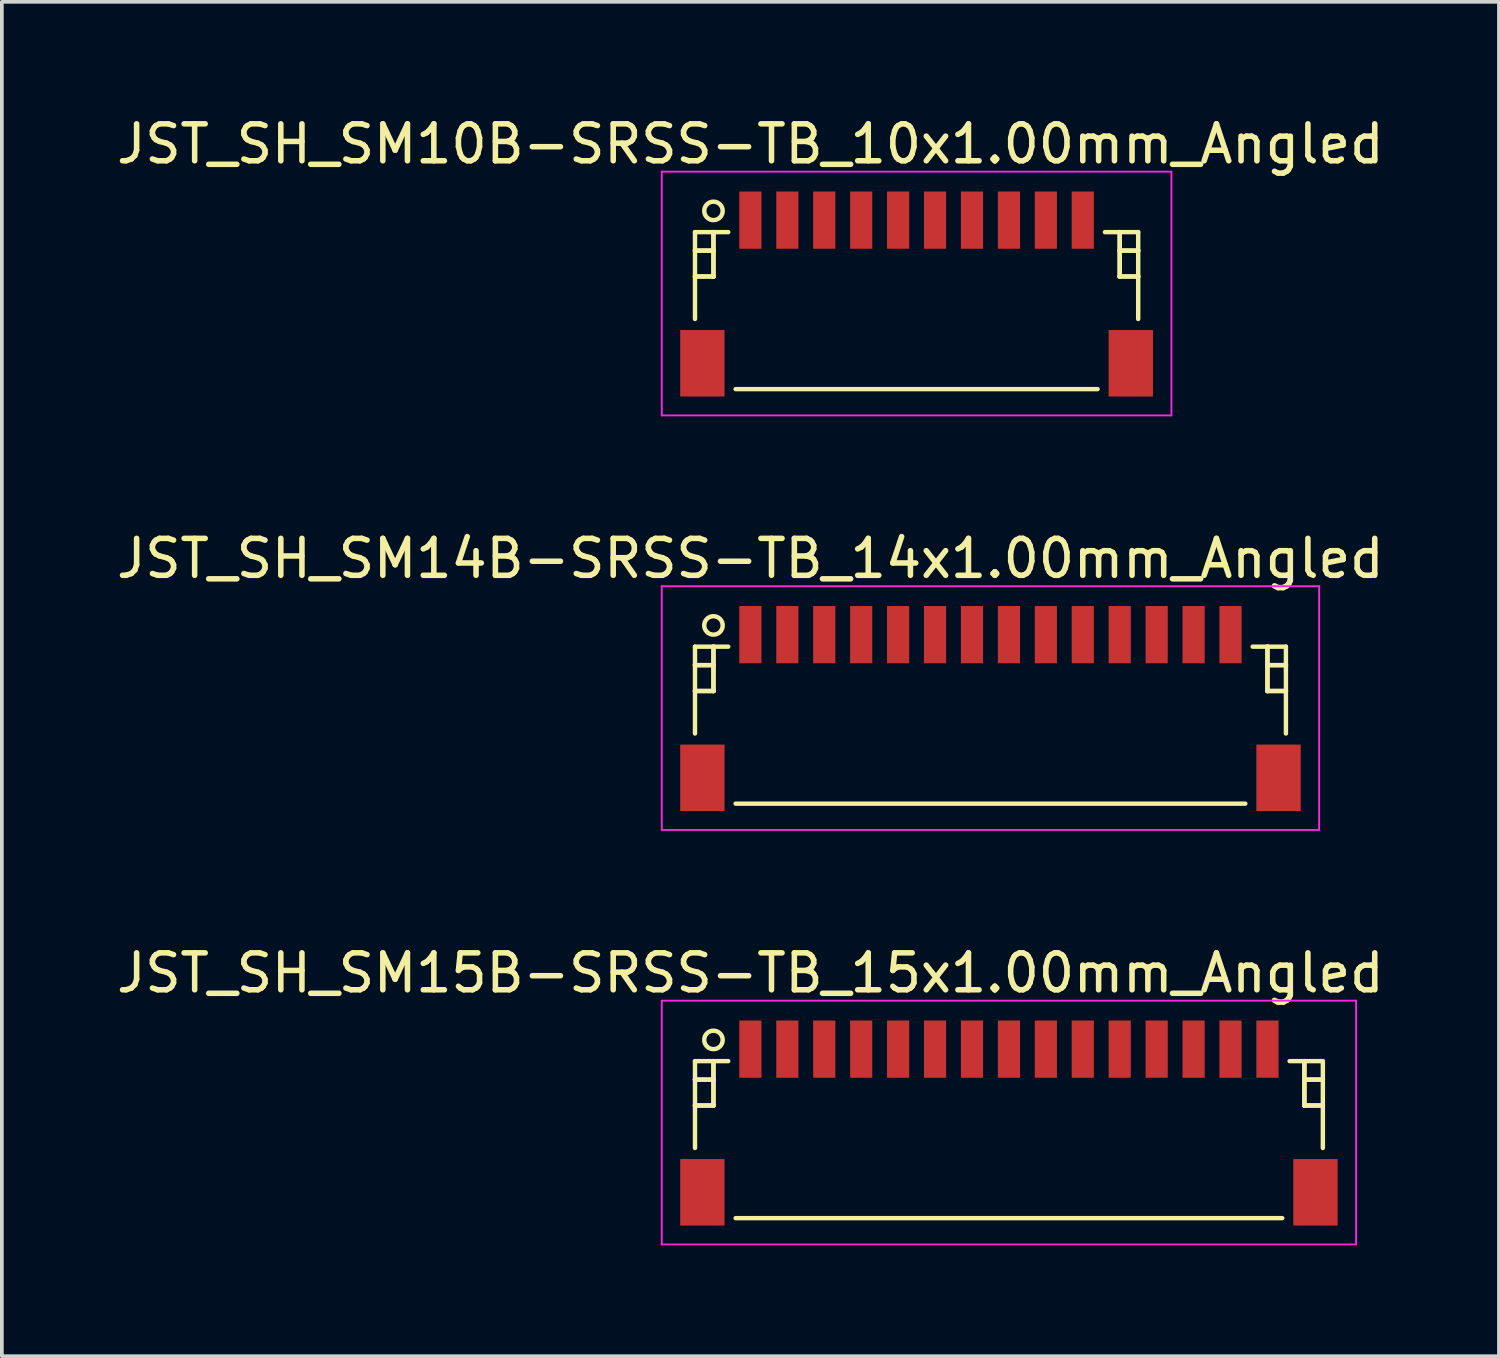
<source format=kicad_pcb>
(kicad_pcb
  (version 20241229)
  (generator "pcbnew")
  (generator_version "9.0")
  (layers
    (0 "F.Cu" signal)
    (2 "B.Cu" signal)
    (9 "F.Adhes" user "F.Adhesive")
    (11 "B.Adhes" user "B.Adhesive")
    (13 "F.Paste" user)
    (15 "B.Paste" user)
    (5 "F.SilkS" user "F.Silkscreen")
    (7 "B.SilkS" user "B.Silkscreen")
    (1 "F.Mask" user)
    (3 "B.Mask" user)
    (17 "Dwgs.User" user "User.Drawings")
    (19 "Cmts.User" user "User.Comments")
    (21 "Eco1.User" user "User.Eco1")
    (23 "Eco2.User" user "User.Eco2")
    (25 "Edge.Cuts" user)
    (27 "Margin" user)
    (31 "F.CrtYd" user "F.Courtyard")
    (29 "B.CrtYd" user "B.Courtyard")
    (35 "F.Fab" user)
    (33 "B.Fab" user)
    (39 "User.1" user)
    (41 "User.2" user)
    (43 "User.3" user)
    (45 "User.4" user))
  (footprint "JST_SH_SM10B-SRSS-TB_10x1.00mm_Angled"
    (layer "F.Cu")
    (at 21.768 4.848)
    (property "Reference" "JST_SH_SM10B-SRSS-TB_10x1.00mm_Angled" (at -4.5 -4 0) (layer "F.SilkS") (effects (font (size 1 1) (thickness 0.15))))
    (attr smd)
    (fp_line (start -6 -1.613) (end -5.1 -1.613) (stroke (width 0.12) (type solid)) (layer "F.SilkS"))
    (fp_line (start -6 -1.113) (end -6 -1.113) (stroke (width 0.12) (type solid)) (layer "F.SilkS"))
    (fp_line (start -6 -1.113) (end -5.5 -1.113) (stroke (width 0.12) (type solid)) (layer "F.SilkS"))
    (fp_line (start -6 -0.412) (end -6 -0.412) (stroke (width 0.12) (type solid)) (layer "F.SilkS"))
    (fp_line (start -6 -0.412) (end -5.5 -0.412) (stroke (width 0.12) (type solid)) (layer "F.SilkS"))
    (fp_line (start -6 0.738) (end -6 -1.613) (stroke (width 0.12) (type solid)) (layer "F.SilkS"))
    (fp_line (start -5.5 -1.613) (end -5.5 -1.613) (stroke (width 0.12) (type solid)) (layer "F.SilkS"))
    (fp_line (start -5.5 -1.613) (end -5.5 -0.412) (stroke (width 0.12) (type solid)) (layer "F.SilkS"))
    (fp_line (start -5.5 -1.113) (end -6 -1.113) (stroke (width 0.12) (type solid)) (layer "F.SilkS"))
    (fp_line (start -5.5 -1.113) (end -5.5 -1.113) (stroke (width 0.12) (type solid)) (layer "F.SilkS"))
    (fp_line (start -5.5 -0.412) (end -6 -0.412) (stroke (width 0.12) (type solid)) (layer "F.SilkS"))
    (fp_line (start -5.5 -0.412) (end -5.5 -1.613) (stroke (width 0.12) (type solid)) (layer "F.SilkS"))
    (fp_line (start -5.5 -0.412) (end -5.5 -0.412) (stroke (width 0.12) (type solid)) (layer "F.SilkS"))
    (fp_line (start -5.5 -0.412) (end -5.5 -0.412) (stroke (width 0.12) (type solid)) (layer "F.SilkS"))
    (fp_line (start -4.9 2.638) (end 4.9 2.638) (stroke (width 0.12) (type solid)) (layer "F.SilkS"))
    (fp_line (start 5.5 -1.613) (end 5.5 -1.613) (stroke (width 0.12) (type solid)) (layer "F.SilkS"))
    (fp_line (start 5.5 -1.613) (end 5.5 -0.412) (stroke (width 0.12) (type solid)) (layer "F.SilkS"))
    (fp_line (start 5.5 -1.113) (end 5.5 -1.113) (stroke (width 0.12) (type solid)) (layer "F.SilkS"))
    (fp_line (start 5.5 -1.113) (end 6 -1.113) (stroke (width 0.12) (type solid)) (layer "F.SilkS"))
    (fp_line (start 5.5 -0.412) (end 5.5 -1.613) (stroke (width 0.12) (type solid)) (layer "F.SilkS"))
    (fp_line (start 5.5 -0.412) (end 5.5 -0.412) (stroke (width 0.12) (type solid)) (layer "F.SilkS"))
    (fp_line (start 5.5 -0.412) (end 5.5 -0.412) (stroke (width 0.12) (type solid)) (layer "F.SilkS"))
    (fp_line (start 5.5 -0.412) (end 6 -0.412) (stroke (width 0.12) (type solid)) (layer "F.SilkS"))
    (fp_line (start 6 -1.613) (end 5.1 -1.613) (stroke (width 0.12) (type solid)) (layer "F.SilkS"))
    (fp_line (start 6 -1.113) (end 5.5 -1.113) (stroke (width 0.12) (type solid)) (layer "F.SilkS"))
    (fp_line (start 6 -1.113) (end 6 -1.113) (stroke (width 0.12) (type solid)) (layer "F.SilkS"))
    (fp_line (start 6 -0.412) (end 5.5 -0.412) (stroke (width 0.12) (type solid)) (layer "F.SilkS"))
    (fp_line (start 6 -0.412) (end 6 -0.412) (stroke (width 0.12) (type solid)) (layer "F.SilkS"))
    (fp_line (start 6 0.738) (end 6 -1.613) (stroke (width 0.12) (type solid)) (layer "F.SilkS"))
    (fp_circle (center -5.5 -2.188) (end -5.25 -2.188) (stroke (width 0.12) (type solid)) (fill no) (layer "F.SilkS"))
    (fp_line (start -6.9 -3.25) (end 6.9 -3.25) (stroke (width 0.05) (type solid)) (layer "F.CrtYd"))
    (fp_line (start -6.9 3.35) (end -6.9 -3.25) (stroke (width 0.05) (type solid)) (layer "F.CrtYd"))
    (fp_line (start 6.9 -3.25) (end 6.9 3.35) (stroke (width 0.05) (type solid)) (layer "F.CrtYd"))
    (fp_line (start 6.9 3.35) (end -6.9 3.35) (stroke (width 0.05) (type solid)) (layer "F.CrtYd"))
    (pad "" smd rect (at -5.8 1.938) (size 1.2 1.8) (layers "F.Cu" "F.Mask" "F.Paste"))
    (pad "" smd rect (at 5.8 1.938) (size 1.2 1.8) (layers "F.Cu" "F.Mask" "F.Paste"))
    (pad "1" smd rect (at -4.5 -1.938) (size 0.6 1.55) (layers "F.Cu" "F.Mask" "F.Paste"))
    (pad "2" smd rect (at -3.5 -1.938) (size 0.6 1.55) (layers "F.Cu" "F.Mask" "F.Paste"))
    (pad "3" smd rect (at -2.5 -1.938) (size 0.6 1.55) (layers "F.Cu" "F.Mask" "F.Paste"))
    (pad "4" smd rect (at -1.5 -1.938) (size 0.6 1.55) (layers "F.Cu" "F.Mask" "F.Paste"))
    (pad "5" smd rect (at -0.5 -1.938) (size 0.6 1.55) (layers "F.Cu" "F.Mask" "F.Paste"))
    (pad "6" smd rect (at 0.5 -1.938) (size 0.6 1.55) (layers "F.Cu" "F.Mask" "F.Paste"))
    (pad "7" smd rect (at 1.5 -1.938) (size 0.6 1.55) (layers "F.Cu" "F.Mask" "F.Paste"))
    (pad "8" smd rect (at 2.5 -1.938) (size 0.6 1.55) (layers "F.Cu" "F.Mask" "F.Paste"))
    (pad "9" smd rect (at 3.5 -1.938) (size 0.6 1.55) (layers "F.Cu" "F.Mask" "F.Paste"))
    (pad "10" smd rect (at 4.5 -1.938) (size 0.6 1.55) (layers "F.Cu" "F.Mask" "F.Paste")))
  (footprint "JST_SH_SM15B-SRSS-TB_15x1.00mm_Angled"
    (layer "F.Cu")
    (at 24.268 27.295)
    (property "Reference" "JST_SH_SM15B-SRSS-TB_15x1.00mm_Angled" (at -7 -4 0) (layer "F.SilkS") (effects (font (size 1 1) (thickness 0.15))))
    (attr smd)
    (fp_line (start -8.5 -1.613) (end -7.6 -1.613) (stroke (width 0.12) (type solid)) (layer "F.SilkS"))
    (fp_line (start -8.5 -1.113) (end -8.5 -1.113) (stroke (width 0.12) (type solid)) (layer "F.SilkS"))
    (fp_line (start -8.5 -1.113) (end -8 -1.113) (stroke (width 0.12) (type solid)) (layer "F.SilkS"))
    (fp_line (start -8.5 -0.412) (end -8.5 -0.412) (stroke (width 0.12) (type solid)) (layer "F.SilkS"))
    (fp_line (start -8.5 -0.412) (end -8 -0.412) (stroke (width 0.12) (type solid)) (layer "F.SilkS"))
    (fp_line (start -8.5 0.738) (end -8.5 -1.613) (stroke (width 0.12) (type solid)) (layer "F.SilkS"))
    (fp_line (start -8 -1.613) (end -8 -1.613) (stroke (width 0.12) (type solid)) (layer "F.SilkS"))
    (fp_line (start -8 -1.613) (end -8 -0.412) (stroke (width 0.12) (type solid)) (layer "F.SilkS"))
    (fp_line (start -8 -1.113) (end -8.5 -1.113) (stroke (width 0.12) (type solid)) (layer "F.SilkS"))
    (fp_line (start -8 -1.113) (end -8 -1.113) (stroke (width 0.12) (type solid)) (layer "F.SilkS"))
    (fp_line (start -8 -0.412) (end -8.5 -0.412) (stroke (width 0.12) (type solid)) (layer "F.SilkS"))
    (fp_line (start -8 -0.412) (end -8 -1.613) (stroke (width 0.12) (type solid)) (layer "F.SilkS"))
    (fp_line (start -8 -0.412) (end -8 -0.412) (stroke (width 0.12) (type solid)) (layer "F.SilkS"))
    (fp_line (start -8 -0.412) (end -8 -0.412) (stroke (width 0.12) (type solid)) (layer "F.SilkS"))
    (fp_line (start -7.4 2.638) (end 7.4 2.638) (stroke (width 0.12) (type solid)) (layer "F.SilkS"))
    (fp_line (start 8 -1.613) (end 8 -1.613) (stroke (width 0.12) (type solid)) (layer "F.SilkS"))
    (fp_line (start 8 -1.613) (end 8 -0.412) (stroke (width 0.12) (type solid)) (layer "F.SilkS"))
    (fp_line (start 8 -1.113) (end 8 -1.113) (stroke (width 0.12) (type solid)) (layer "F.SilkS"))
    (fp_line (start 8 -1.113) (end 8.5 -1.113) (stroke (width 0.12) (type solid)) (layer "F.SilkS"))
    (fp_line (start 8 -0.412) (end 8 -1.613) (stroke (width 0.12) (type solid)) (layer "F.SilkS"))
    (fp_line (start 8 -0.412) (end 8 -0.412) (stroke (width 0.12) (type solid)) (layer "F.SilkS"))
    (fp_line (start 8 -0.412) (end 8 -0.412) (stroke (width 0.12) (type solid)) (layer "F.SilkS"))
    (fp_line (start 8 -0.412) (end 8.5 -0.412) (stroke (width 0.12) (type solid)) (layer "F.SilkS"))
    (fp_line (start 8.5 -1.613) (end 7.6 -1.613) (stroke (width 0.12) (type solid)) (layer "F.SilkS"))
    (fp_line (start 8.5 -1.113) (end 8 -1.113) (stroke (width 0.12) (type solid)) (layer "F.SilkS"))
    (fp_line (start 8.5 -1.113) (end 8.5 -1.113) (stroke (width 0.12) (type solid)) (layer "F.SilkS"))
    (fp_line (start 8.5 -0.412) (end 8 -0.412) (stroke (width 0.12) (type solid)) (layer "F.SilkS"))
    (fp_line (start 8.5 -0.412) (end 8.5 -0.412) (stroke (width 0.12) (type solid)) (layer "F.SilkS"))
    (fp_line (start 8.5 0.738) (end 8.5 -1.613) (stroke (width 0.12) (type solid)) (layer "F.SilkS"))
    (fp_circle (center -8 -2.188) (end -7.75 -2.188) (stroke (width 0.12) (type solid)) (fill no) (layer "F.SilkS"))
    (fp_line (start -9.4 -3.25) (end 9.4 -3.25) (stroke (width 0.05) (type solid)) (layer "F.CrtYd"))
    (fp_line (start -9.4 3.35) (end -9.4 -3.25) (stroke (width 0.05) (type solid)) (layer "F.CrtYd"))
    (fp_line (start 9.4 -3.25) (end 9.4 3.35) (stroke (width 0.05) (type solid)) (layer "F.CrtYd"))
    (fp_line (start 9.4 3.35) (end -9.4 3.35) (stroke (width 0.05) (type solid)) (layer "F.CrtYd"))
    (pad "" smd rect (at -8.3 1.938) (size 1.2 1.8) (layers "F.Cu" "F.Mask" "F.Paste"))
    (pad "" smd rect (at 8.3 1.938) (size 1.2 1.8) (layers "F.Cu" "F.Mask" "F.Paste"))
    (pad "1" smd rect (at -7 -1.938) (size 0.6 1.55) (layers "F.Cu" "F.Mask" "F.Paste"))
    (pad "2" smd rect (at -6 -1.938) (size 0.6 1.55) (layers "F.Cu" "F.Mask" "F.Paste"))
    (pad "3" smd rect (at -5 -1.938) (size 0.6 1.55) (layers "F.Cu" "F.Mask" "F.Paste"))
    (pad "4" smd rect (at -4 -1.938) (size 0.6 1.55) (layers "F.Cu" "F.Mask" "F.Paste"))
    (pad "5" smd rect (at -3 -1.938) (size 0.6 1.55) (layers "F.Cu" "F.Mask" "F.Paste"))
    (pad "6" smd rect (at -2 -1.938) (size 0.6 1.55) (layers "F.Cu" "F.Mask" "F.Paste"))
    (pad "7" smd rect (at -1 -1.938) (size 0.6 1.55) (layers "F.Cu" "F.Mask" "F.Paste"))
    (pad "8" smd rect (at 0 -1.938) (size 0.6 1.55) (layers "F.Cu" "F.Mask" "F.Paste"))
    (pad "9" smd rect (at 1 -1.938) (size 0.6 1.55) (layers "F.Cu" "F.Mask" "F.Paste"))
    (pad "10" smd rect (at 2 -1.938) (size 0.6 1.55) (layers "F.Cu" "F.Mask" "F.Paste"))
    (pad "11" smd rect (at 3 -1.938) (size 0.6 1.55) (layers "F.Cu" "F.Mask" "F.Paste"))
    (pad "12" smd rect (at 4 -1.938) (size 0.6 1.55) (layers "F.Cu" "F.Mask" "F.Paste"))
    (pad "13" smd rect (at 5 -1.938) (size 0.6 1.55) (layers "F.Cu" "F.Mask" "F.Paste"))
    (pad "14" smd rect (at 6 -1.938) (size 0.6 1.55) (layers "F.Cu" "F.Mask" "F.Paste"))
    (pad "15" smd rect (at 7 -1.938) (size 0.6 1.55) (layers "F.Cu" "F.Mask" "F.Paste")))
  (footprint "JST_SH_SM14B-SRSS-TB_14x1.00mm_Angled"
    (layer "F.Cu")
    (at 23.768 16.072)
    (property "Reference" "JST_SH_SM14B-SRSS-TB_14x1.00mm_Angled" (at -6.5 -4 0) (layer "F.SilkS") (effects (font (size 1 1) (thickness 0.15))))
    (attr smd)
    (fp_line (start -8 -1.613) (end -7.1 -1.613) (stroke (width 0.12) (type solid)) (layer "F.SilkS"))
    (fp_line (start -8 -1.113) (end -8 -1.113) (stroke (width 0.12) (type solid)) (layer "F.SilkS"))
    (fp_line (start -8 -1.113) (end -7.5 -1.113) (stroke (width 0.12) (type solid)) (layer "F.SilkS"))
    (fp_line (start -8 -0.412) (end -8 -0.412) (stroke (width 0.12) (type solid)) (layer "F.SilkS"))
    (fp_line (start -8 -0.412) (end -7.5 -0.412) (stroke (width 0.12) (type solid)) (layer "F.SilkS"))
    (fp_line (start -8 0.738) (end -8 -1.613) (stroke (width 0.12) (type solid)) (layer "F.SilkS"))
    (fp_line (start -7.5 -1.613) (end -7.5 -1.613) (stroke (width 0.12) (type solid)) (layer "F.SilkS"))
    (fp_line (start -7.5 -1.613) (end -7.5 -0.412) (stroke (width 0.12) (type solid)) (layer "F.SilkS"))
    (fp_line (start -7.5 -1.113) (end -8 -1.113) (stroke (width 0.12) (type solid)) (layer "F.SilkS"))
    (fp_line (start -7.5 -1.113) (end -7.5 -1.113) (stroke (width 0.12) (type solid)) (layer "F.SilkS"))
    (fp_line (start -7.5 -0.412) (end -8 -0.412) (stroke (width 0.12) (type solid)) (layer "F.SilkS"))
    (fp_line (start -7.5 -0.412) (end -7.5 -1.613) (stroke (width 0.12) (type solid)) (layer "F.SilkS"))
    (fp_line (start -7.5 -0.412) (end -7.5 -0.412) (stroke (width 0.12) (type solid)) (layer "F.SilkS"))
    (fp_line (start -7.5 -0.412) (end -7.5 -0.412) (stroke (width 0.12) (type solid)) (layer "F.SilkS"))
    (fp_line (start -6.9 2.638) (end 6.9 2.638) (stroke (width 0.12) (type solid)) (layer "F.SilkS"))
    (fp_line (start 7.5 -1.613) (end 7.5 -1.613) (stroke (width 0.12) (type solid)) (layer "F.SilkS"))
    (fp_line (start 7.5 -1.613) (end 7.5 -0.412) (stroke (width 0.12) (type solid)) (layer "F.SilkS"))
    (fp_line (start 7.5 -1.113) (end 7.5 -1.113) (stroke (width 0.12) (type solid)) (layer "F.SilkS"))
    (fp_line (start 7.5 -1.113) (end 8 -1.113) (stroke (width 0.12) (type solid)) (layer "F.SilkS"))
    (fp_line (start 7.5 -0.412) (end 7.5 -1.613) (stroke (width 0.12) (type solid)) (layer "F.SilkS"))
    (fp_line (start 7.5 -0.412) (end 7.5 -0.412) (stroke (width 0.12) (type solid)) (layer "F.SilkS"))
    (fp_line (start 7.5 -0.412) (end 7.5 -0.412) (stroke (width 0.12) (type solid)) (layer "F.SilkS"))
    (fp_line (start 7.5 -0.412) (end 8 -0.412) (stroke (width 0.12) (type solid)) (layer "F.SilkS"))
    (fp_line (start 8 -1.613) (end 7.1 -1.613) (stroke (width 0.12) (type solid)) (layer "F.SilkS"))
    (fp_line (start 8 -1.113) (end 7.5 -1.113) (stroke (width 0.12) (type solid)) (layer "F.SilkS"))
    (fp_line (start 8 -1.113) (end 8 -1.113) (stroke (width 0.12) (type solid)) (layer "F.SilkS"))
    (fp_line (start 8 -0.412) (end 7.5 -0.412) (stroke (width 0.12) (type solid)) (layer "F.SilkS"))
    (fp_line (start 8 -0.412) (end 8 -0.412) (stroke (width 0.12) (type solid)) (layer "F.SilkS"))
    (fp_line (start 8 0.738) (end 8 -1.613) (stroke (width 0.12) (type solid)) (layer "F.SilkS"))
    (fp_circle (center -7.5 -2.188) (end -7.25 -2.188) (stroke (width 0.12) (type solid)) (fill no) (layer "F.SilkS"))
    (fp_line (start -8.9 -3.25) (end 8.9 -3.25) (stroke (width 0.05) (type solid)) (layer "F.CrtYd"))
    (fp_line (start -8.9 3.35) (end -8.9 -3.25) (stroke (width 0.05) (type solid)) (layer "F.CrtYd"))
    (fp_line (start 8.9 -3.25) (end 8.9 3.35) (stroke (width 0.05) (type solid)) (layer "F.CrtYd"))
    (fp_line (start 8.9 3.35) (end -8.9 3.35) (stroke (width 0.05) (type solid)) (layer "F.CrtYd"))
    (pad "" smd rect (at -7.8 1.938) (size 1.2 1.8) (layers "F.Cu" "F.Mask" "F.Paste"))
    (pad "" smd rect (at 7.8 1.938) (size 1.2 1.8) (layers "F.Cu" "F.Mask" "F.Paste"))
    (pad "1" smd rect (at -6.5 -1.938) (size 0.6 1.55) (layers "F.Cu" "F.Mask" "F.Paste"))
    (pad "2" smd rect (at -5.5 -1.938) (size 0.6 1.55) (layers "F.Cu" "F.Mask" "F.Paste"))
    (pad "3" smd rect (at -4.5 -1.938) (size 0.6 1.55) (layers "F.Cu" "F.Mask" "F.Paste"))
    (pad "4" smd rect (at -3.5 -1.938) (size 0.6 1.55) (layers "F.Cu" "F.Mask" "F.Paste"))
    (pad "5" smd rect (at -2.5 -1.938) (size 0.6 1.55) (layers "F.Cu" "F.Mask" "F.Paste"))
    (pad "6" smd rect (at -1.5 -1.938) (size 0.6 1.55) (layers "F.Cu" "F.Mask" "F.Paste"))
    (pad "7" smd rect (at -0.5 -1.938) (size 0.6 1.55) (layers "F.Cu" "F.Mask" "F.Paste"))
    (pad "8" smd rect (at 0.5 -1.938) (size 0.6 1.55) (layers "F.Cu" "F.Mask" "F.Paste"))
    (pad "9" smd rect (at 1.5 -1.938) (size 0.6 1.55) (layers "F.Cu" "F.Mask" "F.Paste"))
    (pad "10" smd rect (at 2.5 -1.938) (size 0.6 1.55) (layers "F.Cu" "F.Mask" "F.Paste"))
    (pad "11" smd rect (at 3.5 -1.938) (size 0.6 1.55) (layers "F.Cu" "F.Mask" "F.Paste"))
    (pad "12" smd rect (at 4.5 -1.938) (size 0.6 1.55) (layers "F.Cu" "F.Mask" "F.Paste"))
    (pad "13" smd rect (at 5.5 -1.938) (size 0.6 1.55) (layers "F.Cu" "F.Mask" "F.Paste"))
    (pad "14" smd rect (at 6.5 -1.938) (size 0.6 1.55) (layers "F.Cu" "F.Mask" "F.Paste")))
  (gr_rect
    (start -3 -3)
    (end 37.536 33.67)
    (stroke (width 0.1) (type default))
    (fill no)
    (layer "Edge.Cuts")))
</source>
